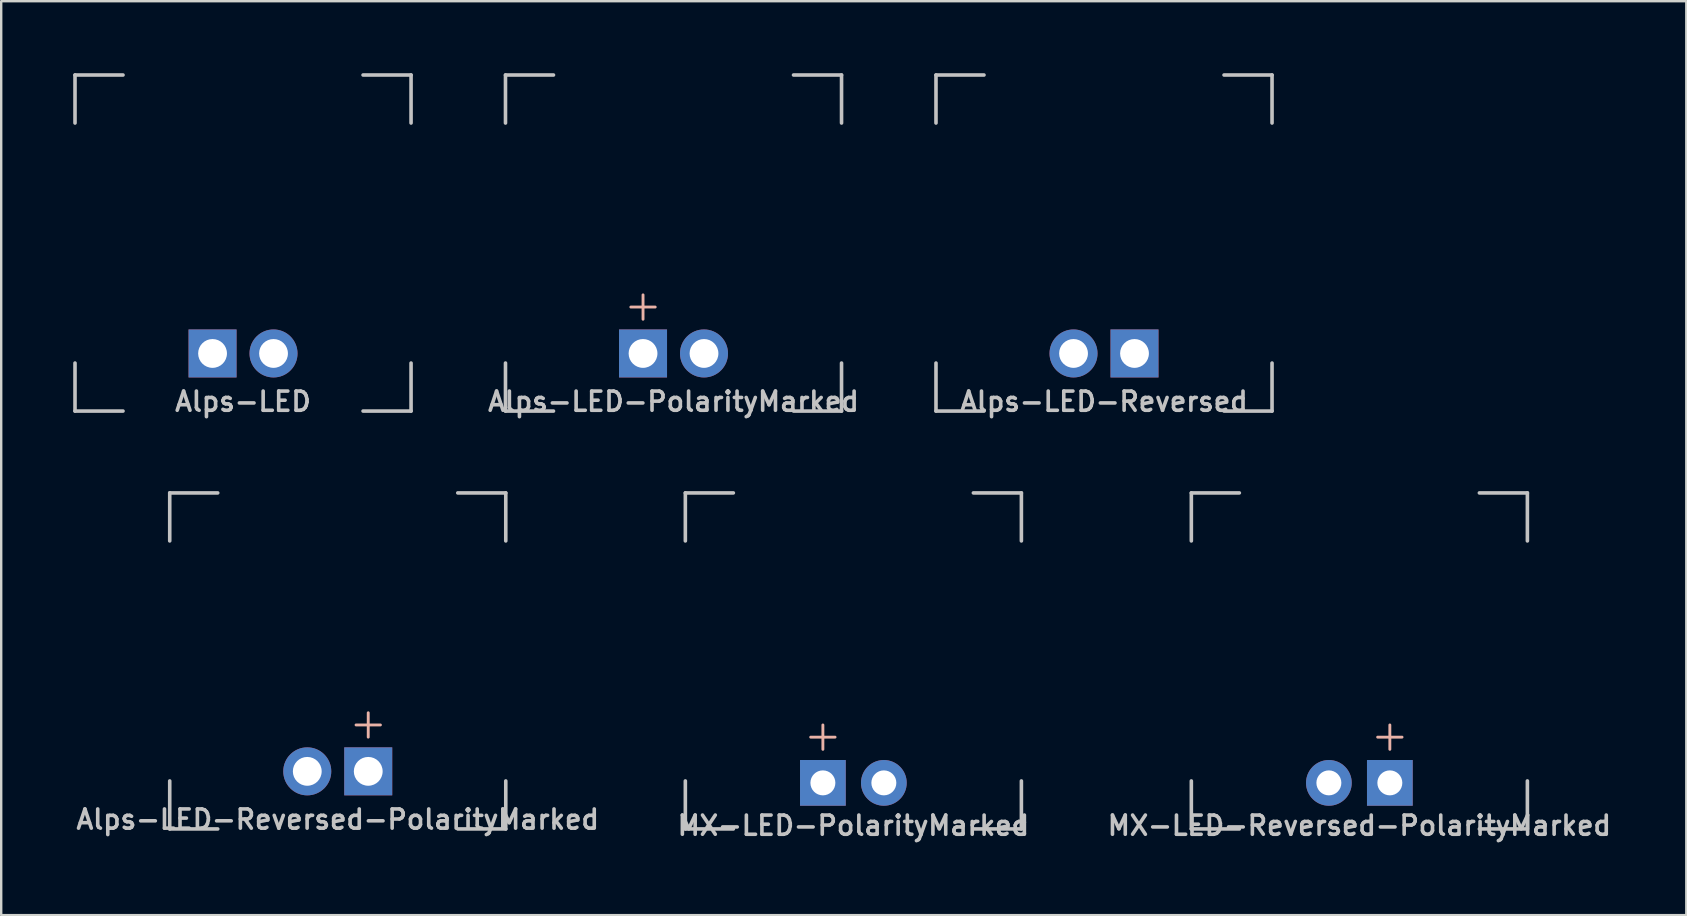
<source format=kicad_pcb>
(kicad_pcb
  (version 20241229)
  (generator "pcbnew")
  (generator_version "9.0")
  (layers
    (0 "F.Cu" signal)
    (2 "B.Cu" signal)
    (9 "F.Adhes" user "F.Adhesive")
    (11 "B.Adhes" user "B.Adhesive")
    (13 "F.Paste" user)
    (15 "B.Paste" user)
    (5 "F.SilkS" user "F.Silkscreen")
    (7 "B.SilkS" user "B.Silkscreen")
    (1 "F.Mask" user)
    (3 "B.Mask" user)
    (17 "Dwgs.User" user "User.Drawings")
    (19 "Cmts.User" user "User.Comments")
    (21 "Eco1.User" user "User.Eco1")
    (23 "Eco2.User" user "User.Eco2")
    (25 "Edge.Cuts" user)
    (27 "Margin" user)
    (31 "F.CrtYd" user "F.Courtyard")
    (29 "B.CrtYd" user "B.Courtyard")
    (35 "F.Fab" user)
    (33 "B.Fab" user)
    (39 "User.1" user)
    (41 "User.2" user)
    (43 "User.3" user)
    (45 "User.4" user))
  (footprint "Alps-LED-Reversed"
    (layer "F.Cu")
    (at 42.944 7.075)
    (property "Reference" "Alps-LED-Reversed" (at 0 6.604 0) (layer "Dwgs.User") (effects (font (size 0.8 0.8) (thickness 0.15))))
    (attr through_hole)
    (fp_line (start -7 -7) (end -7 -5) (stroke (width 0.15) (type solid)) (layer "Dwgs.User"))
    (fp_line (start -7 5) (end -7 7) (stroke (width 0.15) (type solid)) (layer "Dwgs.User"))
    (fp_line (start -7 7) (end -5 7) (stroke (width 0.15) (type solid)) (layer "Dwgs.User"))
    (fp_line (start -5 -7) (end -7 -7) (stroke (width 0.15) (type solid)) (layer "Dwgs.User"))
    (fp_line (start 5 -7) (end 7 -7) (stroke (width 0.15) (type solid)) (layer "Dwgs.User"))
    (fp_line (start 5 7) (end 7 7) (stroke (width 0.15) (type solid)) (layer "Dwgs.User"))
    (fp_line (start 7 -7) (end 7 -5) (stroke (width 0.15) (type solid)) (layer "Dwgs.User"))
    (fp_line (start 7 7) (end 7 5) (stroke (width 0.15) (type solid)) (layer "Dwgs.User"))
    (pad "1" thru_hole circle (at -1.27 4.6) (size 2 2) (drill 1.2) (layers "*.Cu" "B.Mask"))
    (pad "2" thru_hole rect (at 1.27 4.6) (size 2 2) (drill 1.2) (layers "*.Cu" "B.Mask")))
  (footprint "Alps-LED"
    (layer "F.Cu")
    (at 7.075 7.075)
    (property "Reference" "Alps-LED" (at 0 6.604 0) (layer "Dwgs.User") (effects (font (size 0.8 0.8) (thickness 0.15))))
    (attr through_hole)
    (fp_line (start -7 -7) (end -7 -5) (stroke (width 0.15) (type solid)) (layer "Dwgs.User"))
    (fp_line (start -7 5) (end -7 7) (stroke (width 0.15) (type solid)) (layer "Dwgs.User"))
    (fp_line (start -7 7) (end -5 7) (stroke (width 0.15) (type solid)) (layer "Dwgs.User"))
    (fp_line (start -5 -7) (end -7 -7) (stroke (width 0.15) (type solid)) (layer "Dwgs.User"))
    (fp_line (start 5 -7) (end 7 -7) (stroke (width 0.15) (type solid)) (layer "Dwgs.User"))
    (fp_line (start 5 7) (end 7 7) (stroke (width 0.15) (type solid)) (layer "Dwgs.User"))
    (fp_line (start 7 -7) (end 7 -5) (stroke (width 0.15) (type solid)) (layer "Dwgs.User"))
    (fp_line (start 7 7) (end 7 5) (stroke (width 0.15) (type solid)) (layer "Dwgs.User"))
    (pad "1" thru_hole rect (at -1.27 4.6) (size 2 2) (drill 1.2) (layers "*.Cu" "B.Mask"))
    (pad "2" thru_hole circle (at 1.27 4.6) (size 2 2) (drill 1.2) (layers "*.Cu" "B.Mask")))
  (footprint "MX-LED-Reversed-PolarityMarked"
    (layer "F.Cu")
    (at 53.582 24.485)
    (property "Reference" "MX-LED-Reversed-PolarityMarked" (at 0 6.858 0) (layer "Dwgs.User") (effects (font (size 0.8 0.8) (thickness 0.15))))
    (attr through_hole)
    (fp_line (start 0.762 3.175) (end 1.778 3.175) (stroke (width 0.12) (type solid)) (layer "B.SilkS"))
    (fp_line (start 1.27 3.683) (end 1.27 2.667) (stroke (width 0.12) (type solid)) (layer "B.SilkS"))
    (fp_line (start -7 -7) (end -7 -5) (stroke (width 0.15) (type solid)) (layer "Dwgs.User"))
    (fp_line (start -7 5) (end -7 7) (stroke (width 0.15) (type solid)) (layer "Dwgs.User"))
    (fp_line (start -7 7) (end -5 7) (stroke (width 0.15) (type solid)) (layer "Dwgs.User"))
    (fp_line (start -5 -7) (end -7 -7) (stroke (width 0.15) (type solid)) (layer "Dwgs.User"))
    (fp_line (start 5 -7) (end 7 -7) (stroke (width 0.15) (type solid)) (layer "Dwgs.User"))
    (fp_line (start 5 7) (end 7 7) (stroke (width 0.15) (type solid)) (layer "Dwgs.User"))
    (fp_line (start 7 -7) (end 7 -5) (stroke (width 0.15) (type solid)) (layer "Dwgs.User"))
    (fp_line (start 7 7) (end 7 5) (stroke (width 0.15) (type solid)) (layer "Dwgs.User"))
    (pad "1" thru_hole rect (at 1.27 5.08) (size 1.905 1.905) (drill 1.04) (layers "*.Cu" "*.Mask"))
    (pad "2" thru_hole circle (at -1.27 5.08) (size 1.905 1.905) (drill 1.04) (layers "*.Cu" "*.Mask")))
  (footprint "Alps-LED-PolarityMarked"
    (layer "F.Cu")
    (at 25.009 7.075)
    (property "Reference" "Alps-LED-PolarityMarked" (at 0 6.604 0) (layer "Dwgs.User") (effects (font (size 0.8 0.8) (thickness 0.15))))
    (attr through_hole)
    (fp_line (start -1.778 2.667) (end -0.762 2.667) (stroke (width 0.12) (type solid)) (layer "B.SilkS"))
    (fp_line (start -1.27 3.175) (end -1.27 2.159) (stroke (width 0.12) (type solid)) (layer "B.SilkS"))
    (fp_line (start -7 -7) (end -7 -5) (stroke (width 0.15) (type solid)) (layer "Dwgs.User"))
    (fp_line (start -7 5) (end -7 7) (stroke (width 0.15) (type solid)) (layer "Dwgs.User"))
    (fp_line (start -7 7) (end -5 7) (stroke (width 0.15) (type solid)) (layer "Dwgs.User"))
    (fp_line (start -5 -7) (end -7 -7) (stroke (width 0.15) (type solid)) (layer "Dwgs.User"))
    (fp_line (start 5 -7) (end 7 -7) (stroke (width 0.15) (type solid)) (layer "Dwgs.User"))
    (fp_line (start 5 7) (end 7 7) (stroke (width 0.15) (type solid)) (layer "Dwgs.User"))
    (fp_line (start 7 -7) (end 7 -5) (stroke (width 0.15) (type solid)) (layer "Dwgs.User"))
    (fp_line (start 7 7) (end 7 5) (stroke (width 0.15) (type solid)) (layer "Dwgs.User"))
    (pad "1" thru_hole rect (at -1.27 4.6) (size 2 2) (drill 1.2) (layers "*.Cu" "B.Mask"))
    (pad "2" thru_hole circle (at 1.27 4.6) (size 2 2) (drill 1.2) (layers "*.Cu" "B.Mask")))
  (footprint "Alps-LED-Reversed-PolarityMarked"
    (layer "F.Cu")
    (at 11.021 24.485)
    (property "Reference" "Alps-LED-Reversed-PolarityMarked" (at 0 6.604 0) (layer "Dwgs.User") (effects (font (size 0.8 0.8) (thickness 0.15))))
    (attr through_hole)
    (fp_line (start 0.762 2.667) (end 1.778 2.667) (stroke (width 0.12) (type solid)) (layer "B.SilkS"))
    (fp_line (start 1.27 3.175) (end 1.27 2.159) (stroke (width 0.12) (type solid)) (layer "B.SilkS"))
    (fp_line (start -7 -7) (end -7 -5) (stroke (width 0.15) (type solid)) (layer "Dwgs.User"))
    (fp_line (start -7 5) (end -7 7) (stroke (width 0.15) (type solid)) (layer "Dwgs.User"))
    (fp_line (start -7 7) (end -5 7) (stroke (width 0.15) (type solid)) (layer "Dwgs.User"))
    (fp_line (start -5 -7) (end -7 -7) (stroke (width 0.15) (type solid)) (layer "Dwgs.User"))
    (fp_line (start 5 -7) (end 7 -7) (stroke (width 0.15) (type solid)) (layer "Dwgs.User"))
    (fp_line (start 5 7) (end 7 7) (stroke (width 0.15) (type solid)) (layer "Dwgs.User"))
    (fp_line (start 7 -7) (end 7 -5) (stroke (width 0.15) (type solid)) (layer "Dwgs.User"))
    (fp_line (start 7 7) (end 7 5) (stroke (width 0.15) (type solid)) (layer "Dwgs.User"))
    (pad "1" thru_hole rect (at 1.27 4.6) (size 2 2) (drill 1.2) (layers "*.Cu" "B.Mask"))
    (pad "2" thru_hole circle (at -1.27 4.6) (size 2 2) (drill 1.2) (layers "*.Cu" "B.Mask")))
  (footprint "MX-LED-PolarityMarked"
    (layer "F.Cu")
    (at 32.502 24.485)
    (property "Reference" "MX-LED-PolarityMarked" (at 0 6.858 0) (layer "Dwgs.User") (effects (font (size 0.8 0.8) (thickness 0.15))))
    (attr through_hole)
    (fp_line (start -1.778 3.175) (end -0.762 3.175) (stroke (width 0.12) (type solid)) (layer "B.SilkS"))
    (fp_line (start -1.27 3.683) (end -1.27 2.667) (stroke (width 0.12) (type solid)) (layer "B.SilkS"))
    (fp_line (start -7 -7) (end -7 -5) (stroke (width 0.15) (type solid)) (layer "Dwgs.User"))
    (fp_line (start -7 5) (end -7 7) (stroke (width 0.15) (type solid)) (layer "Dwgs.User"))
    (fp_line (start -7 7) (end -5 7) (stroke (width 0.15) (type solid)) (layer "Dwgs.User"))
    (fp_line (start -5 -7) (end -7 -7) (stroke (width 0.15) (type solid)) (layer "Dwgs.User"))
    (fp_line (start 5 -7) (end 7 -7) (stroke (width 0.15) (type solid)) (layer "Dwgs.User"))
    (fp_line (start 5 7) (end 7 7) (stroke (width 0.15) (type solid)) (layer "Dwgs.User"))
    (fp_line (start 7 -7) (end 7 -5) (stroke (width 0.15) (type solid)) (layer "Dwgs.User"))
    (fp_line (start 7 7) (end 7 5) (stroke (width 0.15) (type solid)) (layer "Dwgs.User"))
    (pad "1" thru_hole rect (at -1.27 5.08) (size 1.905 1.905) (drill 1.04) (layers "*.Cu" "*.Mask"))
    (pad "2" thru_hole circle (at 1.27 5.08) (size 1.905 1.905) (drill 1.04) (layers "*.Cu" "*.Mask")))
  (gr_rect
    (start -3 -3)
    (end 67.203 35.075)
    (stroke (width 0.1) (type default))
    (fill no)
    (layer "Edge.Cuts")))
</source>
